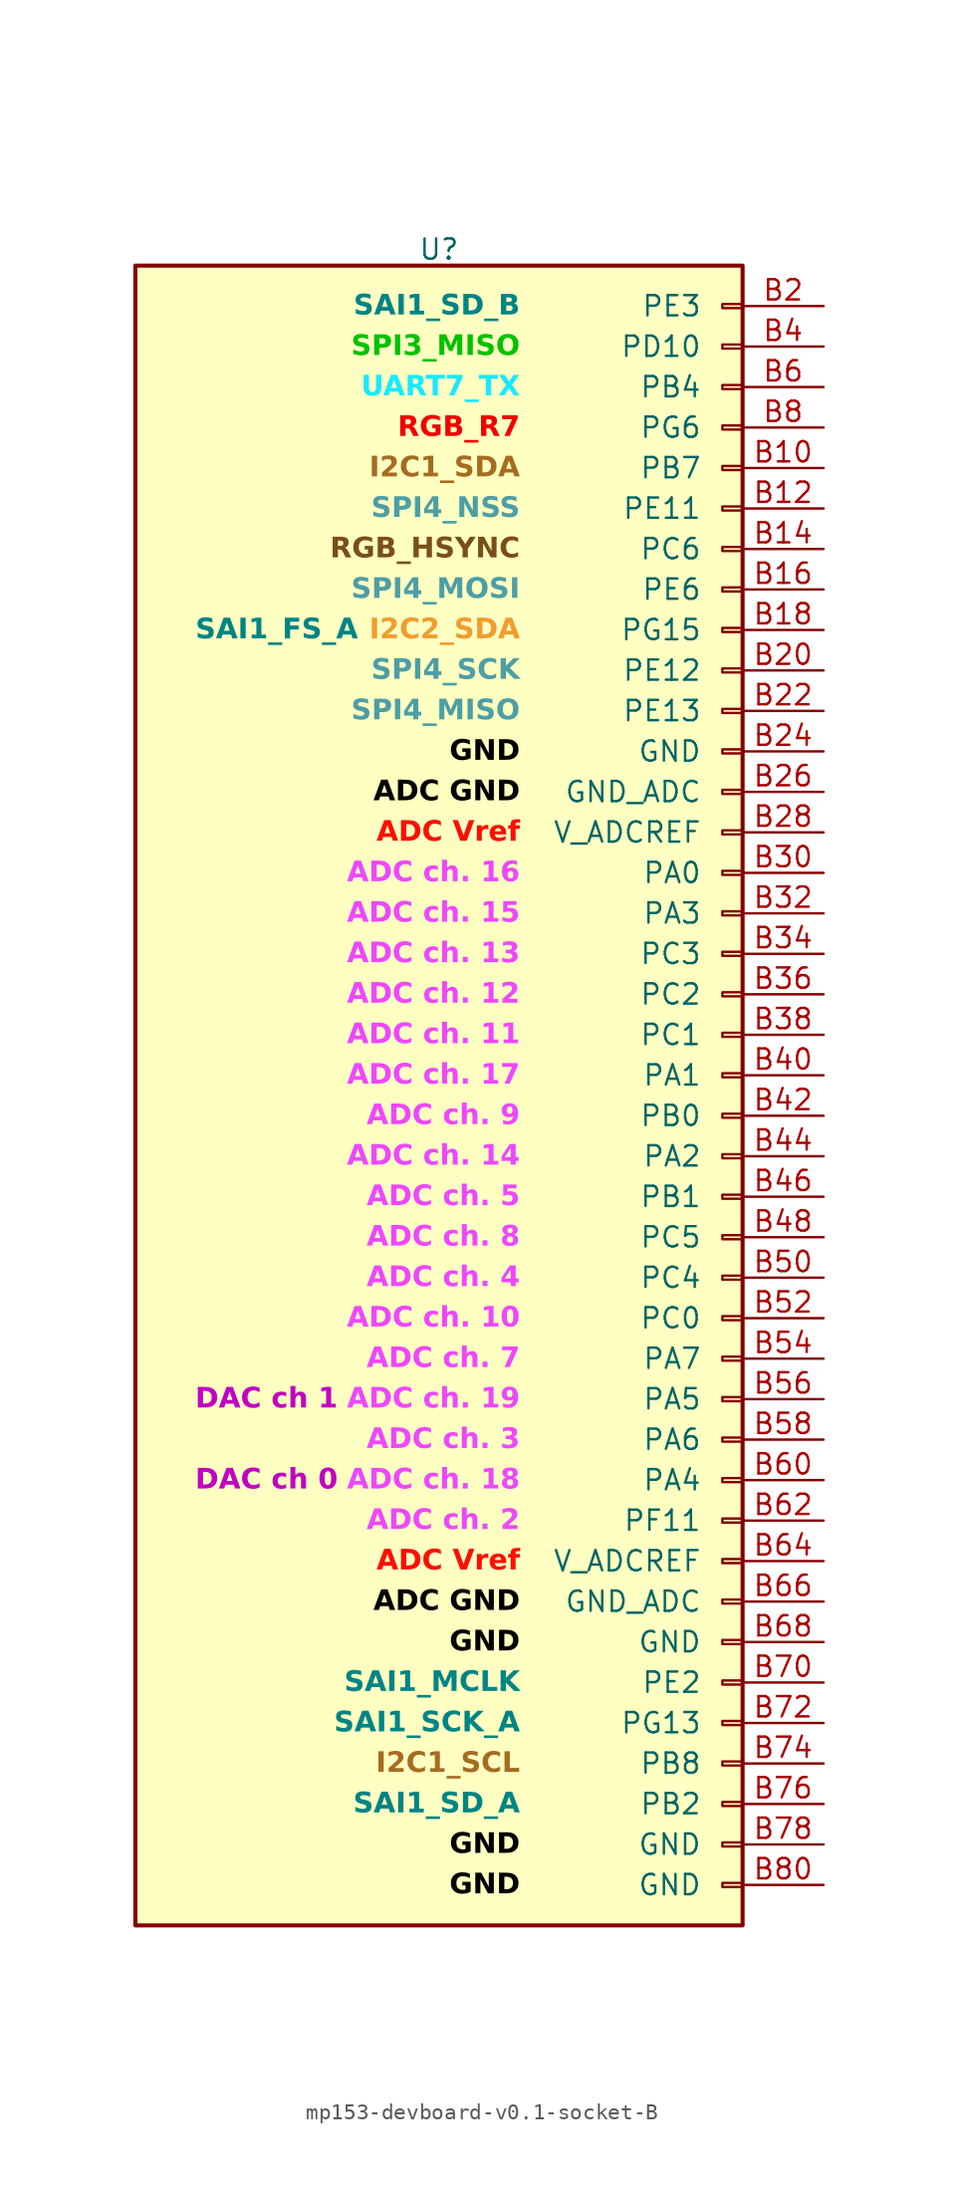
<source format=kicad_sym>
(kicad_symbol_lib
  (version 20241209)
  (generator "kicad_symbol_editor")
  (generator_version "9.0")
  (symbol "mp153-devboard-v0.1-socket-B"
    (pin_names
      (offset 2.54))
    (property "Reference" "U"
      (at 0 53.086 0)
      (effects (font (size 1.27 1.27))))
    (property "Value" ""
      (at 0 0 0)
      (effects (font (size 1.27 1.27))))
    (symbol "mp153-devboard-v0.1-socket-B_1_1"
      (rectangle (start -19.05 52.07) (end 19.05 -52.07) (stroke (width 0.254) (type default)) (fill (type background)))
      (rectangle (start 19.05 49.657) (end 17.78 49.403) (stroke (width 0.152) (type default)) (fill (type none)))
      (rectangle (start 19.05 47.117) (end 17.78 46.863) (stroke (width 0.152) (type default)) (fill (type none)))
      (rectangle (start 19.05 44.577) (end 17.78 44.323) (stroke (width 0.152) (type default)) (fill (type none)))
      (rectangle (start 19.05 42.037) (end 17.78 41.783) (stroke (width 0.152) (type default)) (fill (type none)))
      (rectangle (start 19.05 39.497) (end 17.78 39.243) (stroke (width 0.152) (type default)) (fill (type none)))
      (rectangle (start 19.05 36.957) (end 17.78 36.703) (stroke (width 0.152) (type default)) (fill (type none)))
      (rectangle (start 19.05 34.417) (end 17.78 34.163) (stroke (width 0.152) (type default)) (fill (type none)))
      (rectangle (start 19.05 31.877) (end 17.78 31.623) (stroke (width 0.152) (type default)) (fill (type none)))
      (rectangle (start 19.05 29.337) (end 17.78 29.083) (stroke (width 0.152) (type default)) (fill (type none)))
      (rectangle (start 19.05 26.797) (end 17.78 26.543) (stroke (width 0.152) (type default)) (fill (type none)))
      (rectangle (start 19.05 24.257) (end 17.78 24.003) (stroke (width 0.152) (type default)) (fill (type none)))
      (rectangle (start 19.05 21.717) (end 17.78 21.463) (stroke (width 0.152) (type default)) (fill (type none)))
      (rectangle (start 19.05 19.177) (end 17.78 18.923) (stroke (width 0.152) (type default)) (fill (type none)))
      (rectangle (start 19.05 16.637) (end 17.78 16.383) (stroke (width 0.152) (type default)) (fill (type none)))
      (rectangle (start 19.05 14.097) (end 17.78 13.843) (stroke (width 0.152) (type default)) (fill (type none)))
      (rectangle (start 19.05 11.557) (end 17.78 11.303) (stroke (width 0.152) (type default)) (fill (type none)))
      (rectangle (start 19.05 9.017) (end 17.78 8.763) (stroke (width 0.152) (type default)) (fill (type none)))
      (rectangle (start 19.05 6.477) (end 17.78 6.223) (stroke (width 0.152) (type default)) (fill (type none)))
      (rectangle (start 19.05 3.937) (end 17.78 3.683) (stroke (width 0.152) (type default)) (fill (type none)))
      (rectangle (start 19.05 1.397) (end 17.78 1.143) (stroke (width 0.152) (type default)) (fill (type none)))
      (rectangle (start 19.05 -1.143) (end 17.78 -1.397) (stroke (width 0.152) (type default)) (fill (type none)))
      (rectangle (start 19.05 -3.683) (end 17.78 -3.937) (stroke (width 0.152) (type default)) (fill (type none)))
      (rectangle (start 19.05 -6.223) (end 17.78 -6.477) (stroke (width 0.152) (type default)) (fill (type none)))
      (rectangle (start 19.05 -8.763) (end 17.78 -9.017) (stroke (width 0.152) (type default)) (fill (type none)))
      (rectangle (start 19.05 -11.303) (end 17.78 -11.557) (stroke (width 0.152) (type default)) (fill (type none)))
      (rectangle (start 19.05 -13.843) (end 17.78 -14.097) (stroke (width 0.152) (type default)) (fill (type none)))
      (rectangle (start 19.05 -16.383) (end 17.78 -16.637) (stroke (width 0.152) (type default)) (fill (type none)))
      (rectangle (start 19.05 -18.923) (end 17.78 -19.177) (stroke (width 0.152) (type default)) (fill (type none)))
      (rectangle (start 19.05 -21.463) (end 17.78 -21.717) (stroke (width 0.152) (type default)) (fill (type none)))
      (rectangle (start 19.05 -24.003) (end 17.78 -24.257) (stroke (width 0.152) (type default)) (fill (type none)))
      (rectangle (start 19.05 -26.543) (end 17.78 -26.797) (stroke (width 0.152) (type default)) (fill (type none)))
      (rectangle (start 19.05 -29.083) (end 17.78 -29.337) (stroke (width 0.152) (type default)) (fill (type none)))
      (rectangle (start 19.05 -31.623) (end 17.78 -31.877) (stroke (width 0.152) (type default)) (fill (type none)))
      (rectangle (start 19.05 -34.163) (end 17.78 -34.417) (stroke (width 0.152) (type default)) (fill (type none)))
      (rectangle (start 19.05 -36.703) (end 17.78 -36.957) (stroke (width 0.152) (type default)) (fill (type none)))
      (rectangle (start 19.05 -39.243) (end 17.78 -39.497) (stroke (width 0.152) (type default)) (fill (type none)))
      (rectangle (start 19.05 -41.783) (end 17.78 -42.037) (stroke (width 0.152) (type default)) (fill (type none)))
      (rectangle (start 19.05 -44.323) (end 17.78 -44.577) (stroke (width 0.152) (type default)) (fill (type none)))
      (rectangle (start 19.05 -46.863) (end 17.78 -47.117) (stroke (width 0.152) (type default)) (fill (type none)))
      (rectangle (start 19.05 -49.403) (end 17.78 -49.657) (stroke (width 0.152) (type default)) (fill (type none)))
      (text "DAC ch 1" (at -6.35 -19.05 0) (effects (font (face "Arial") (size 1.27 1.27) (bold yes) (color 194 0 194 1)) (justify right)))
      (text "DAC ch 0" (at -6.35 -24.13 0) (effects (font (face "Arial") (size 1.27 1.27) (bold yes) (color 194 0 194 1)) (justify right)))
      (text "SAI1_FS_A" (at -5.08 29.21 0) (effects (font (face "Arial") (size 1.27 1.27) (bold yes) (color 0 132 132 1)) (justify right)))
      (text "SAI1_SD_B" (at 5.08 49.53 0) (effects (font (face "Arial") (size 1.27 1.27) (bold yes) (color 0 132 132 1)) (justify right)))
      (text "SPI3_MISO" (at 5.08 46.99 0) (effects (font (face "Arial") (size 1.27 1.27) (bold yes) (color 0 194 0 1)) (justify right)))
      (text "UART7_TX" (at 5.08 44.45 0) (effects (font (face "Arial") (size 1.27 1.27) (bold yes) (color 23 234 255 1)) (justify right)))
      (text "RGB_R7" (at 5.08 41.91 0) (effects (font (face "Arial") (size 1.27 1.27) (bold yes) (color 240 1 0 1)) (justify right)))
      (text "I2C1_SDA" (at 5.08 39.37 0) (effects (font (face "Arial") (size 1.27 1.27) (bold yes) (color 165 108 32 1)) (justify right)))
      (text "SPI4_NSS\n" (at 5.08 36.83 0) (effects (font (face "Arial") (size 1.27 1.27) (bold yes) (color 77 158 165 1)) (justify right)))
      (text "RGB_HSYNC" (at 5.08 34.29 0) (effects (font (face "Arial") (size 1.27 1.27) (bold yes) (color 121 79 24 1)) (justify right)))
      (text "SPI4_MOSI" (at 5.08 31.75 0) (effects (font (face "Arial") (size 1.27 1.27) (bold yes) (color 77 158 165 1)) (justify right)))
      (text "I2C2_SDA" (at 5.08 29.21 0) (effects (font (face "Arial") (size 1.27 1.27) (bold yes) (color 239 157 47 1)) (justify right)))
      (text "SPI4_SCK" (at 5.08 26.67 0) (effects (font (face "Arial") (size 1.27 1.27) (bold yes) (color 77 158 165 1)) (justify right)))
      (text "SPI4_MISO" (at 5.08 24.13 0) (effects (font (face "Arial") (size 1.27 1.27) (bold yes) (color 77 158 165 1)) (justify right)))
      (text "GND" (at 5.08 21.59 0) (effects (font (face "Arial") (size 1.27 1.27) (bold yes) (color 0 0 0 1)) (justify right)))
      (text "ADC GND" (at 5.08 19.05 0) (effects (font (face "Arial") (size 1.27 1.27) (bold yes) (color 0 0 0 1)) (justify right)))
      (text "ADC Vref" (at 5.08 16.51 0) (effects (font (face "Arial") (size 1.27 1.27) (bold yes) (color 255 13 0 1)) (justify right)))
      (text "ADC ch. 16" (at 5.08 13.97 0) (effects (font (face "Arial") (size 1.27 1.27) (bold yes) (color 238 71 255 1)) (justify right)))
      (text "ADC ch. 15" (at 5.08 11.43 0) (effects (font (face "Arial") (size 1.27 1.27) (bold yes) (color 238 71 255 1)) (justify right)))
      (text "ADC ch. 13" (at 5.08 8.89 0) (effects (font (face "Arial") (size 1.27 1.27) (bold yes) (color 238 71 255 1)) (justify right)))
      (text "ADC ch. 12" (at 5.08 6.35 0) (effects (font (face "Arial") (size 1.27 1.27) (bold yes) (color 238 71 255 1)) (justify right)))
      (text "ADC ch. 11" (at 5.08 3.81 0) (effects (font (face "Arial") (size 1.27 1.27) (bold yes) (color 238 71 255 1)) (justify right)))
      (text "ADC ch. 17" (at 5.08 1.27 0) (effects (font (face "Arial") (size 1.27 1.27) (bold yes) (color 238 71 255 1)) (justify right)))
      (text "ADC ch. 9" (at 5.08 -1.27 0) (effects (font (face "Arial") (size 1.27 1.27) (bold yes) (color 238 71 255 1)) (justify right)))
      (text "ADC ch. 14" (at 5.08 -3.81 0) (effects (font (face "Arial") (size 1.27 1.27) (bold yes) (color 238 71 255 1)) (justify right)))
      (text "ADC ch. 5" (at 5.08 -6.35 0) (effects (font (face "Arial") (size 1.27 1.27) (bold yes) (color 238 71 255 1)) (justify right)))
      (text "ADC ch. 8" (at 5.08 -8.89 0) (effects (font (face "Arial") (size 1.27 1.27) (bold yes) (color 238 71 255 1)) (justify right)))
      (text "ADC ch. 4" (at 5.08 -11.43 0) (effects (font (face "Arial") (size 1.27 1.27) (bold yes) (color 238 71 255 1)) (justify right)))
      (text "ADC ch. 10" (at 5.08 -13.97 0) (effects (font (face "Arial") (size 1.27 1.27) (bold yes) (color 238 71 255 1)) (justify right)))
      (text "ADC ch. 7" (at 5.08 -16.51 0) (effects (font (face "Arial") (size 1.27 1.27) (bold yes) (color 238 71 255 1)) (justify right)))
      (text "ADC ch. 19" (at 5.08 -19.05 0) (effects (font (face "Arial") (size 1.27 1.27) (bold yes) (color 238 71 255 1)) (justify right)))
      (text "ADC ch. 3" (at 5.08 -21.59 0) (effects (font (face "Arial") (size 1.27 1.27) (bold yes) (color 238 71 255 1)) (justify right)))
      (text "ADC ch. 18" (at 5.08 -24.13 0) (effects (font (face "Arial") (size 1.27 1.27) (bold yes) (color 238 71 255 1)) (justify right)))
      (text "ADC ch. 2" (at 5.08 -26.67 0) (effects (font (face "Arial") (size 1.27 1.27) (bold yes) (color 238 71 255 1)) (justify right)))
      (text "ADC Vref" (at 5.08 -29.21 0) (effects (font (face "Arial") (size 1.27 1.27) (bold yes) (color 255 13 0 1)) (justify right)))
      (text "ADC GND" (at 5.08 -31.75 0) (effects (font (face "Arial") (size 1.27 1.27) (bold yes) (color 0 0 0 1)) (justify right)))
      (text "GND" (at 5.08 -34.29 0) (effects (font (face "Arial") (size 1.27 1.27) (bold yes) (color 0 0 0 1)) (justify right)))
      (text "SAI1_MCLK" (at 5.08 -36.83 0) (effects (font (face "Arial") (size 1.27 1.27) (bold yes) (color 0 132 132 1)) (justify right)))
      (text "SAI1_SCK_A" (at 5.08 -39.37 0) (effects (font (face "Arial") (size 1.27 1.27) (bold yes) (color 0 132 132 1)) (justify right)))
      (text "I2C1_SCL" (at 5.08 -41.91 0) (effects (font (face "Arial") (size 1.27 1.27) (bold yes) (color 165 108 32 1)) (justify right)))
      (text "SAI1_SD_A" (at 5.08 -44.45 0) (effects (font (face "Arial") (size 1.27 1.27) (bold yes) (color 0 132 132 1)) (justify right)))
      (text "GND" (at 5.08 -46.99 0) (effects (font (face "Arial") (size 1.27 1.27) (bold yes) (color 0 0 0 1)) (justify right)))
      (text "GND" (at 5.08 -49.53 0) (effects (font (face "Arial") (size 1.27 1.27) (bold yes) (color 0 0 0 1)) (justify right)))
      (pin passive line (at 24.13 49.53 180) (length 5.08) (name "PE3" (effects (font (size 1.27 1.27)))) (number "B2" (effects (font (size 1.27 1.27)))))
      (pin passive line (at 24.13 46.99 180) (length 5.08) (name "PD10" (effects (font (size 1.27 1.27)))) (number "B4" (effects (font (size 1.27 1.27)))))
      (pin passive line (at 24.13 44.45 180) (length 5.08) (name "PB4" (effects (font (size 1.27 1.27)))) (number "B6" (effects (font (size 1.27 1.27)))))
      (pin passive line (at 24.13 41.91 180) (length 5.08) (name "PG6" (effects (font (size 1.27 1.27)))) (number "B8" (effects (font (size 1.27 1.27)))))
      (pin passive line (at 24.13 39.37 180) (length 5.08) (name "PB7" (effects (font (size 1.27 1.27)))) (number "B10" (effects (font (size 1.27 1.27)))))
      (pin passive line (at 24.13 36.83 180) (length 5.08) (name "PE11" (effects (font (size 1.27 1.27)))) (number "B12" (effects (font (size 1.27 1.27)))))
      (pin passive line (at 24.13 34.29 180) (length 5.08) (name "PC6" (effects (font (size 1.27 1.27)))) (number "B14" (effects (font (size 1.27 1.27)))))
      (pin passive line (at 24.13 31.75 180) (length 5.08) (name "PE6" (effects (font (size 1.27 1.27)))) (number "B16" (effects (font (size 1.27 1.27)))))
      (pin passive line (at 24.13 29.21 180) (length 5.08) (name "PG15" (effects (font (size 1.27 1.27)))) (number "B18" (effects (font (size 1.27 1.27)))))
      (pin passive line (at 24.13 26.67 180) (length 5.08) (name "PE12" (effects (font (size 1.27 1.27)))) (number "B20" (effects (font (size 1.27 1.27)))))
      (pin passive line (at 24.13 24.13 180) (length 5.08) (name "PE13" (effects (font (size 1.27 1.27)))) (number "B22" (effects (font (size 1.27 1.27)))))
      (pin passive line (at 24.13 21.59 180) (length 5.08) (name "GND" (effects (font (size 1.27 1.27)))) (number "B24" (effects (font (size 1.27 1.27)))))
      (pin passive line (at 24.13 19.05 180) (length 5.08) (name "GND_ADC" (effects (font (size 1.27 1.27)))) (number "B26" (effects (font (size 1.27 1.27)))))
      (pin passive line (at 24.13 16.51 180) (length 5.08) (name "V_ADCREF" (effects (font (size 1.27 1.27)))) (number "B28" (effects (font (size 1.27 1.27)))))
      (pin passive line (at 24.13 13.97 180) (length 5.08) (name "PA0" (effects (font (size 1.27 1.27)))) (number "B30" (effects (font (size 1.27 1.27)))))
      (pin passive line (at 24.13 11.43 180) (length 5.08) (name "PA3" (effects (font (size 1.27 1.27)))) (number "B32" (effects (font (size 1.27 1.27)))))
      (pin passive line (at 24.13 8.89 180) (length 5.08) (name "PC3" (effects (font (size 1.27 1.27)))) (number "B34" (effects (font (size 1.27 1.27)))))
      (pin passive line (at 24.13 6.35 180) (length 5.08) (name "PC2" (effects (font (size 1.27 1.27)))) (number "B36" (effects (font (size 1.27 1.27)))))
      (pin passive line (at 24.13 3.81 180) (length 5.08) (name "PC1" (effects (font (size 1.27 1.27)))) (number "B38" (effects (font (size 1.27 1.27)))))
      (pin passive line (at 24.13 1.27 180) (length 5.08) (name "PA1" (effects (font (size 1.27 1.27)))) (number "B40" (effects (font (size 1.27 1.27)))))
      (pin passive line (at 24.13 -1.27 180) (length 5.08) (name "PB0" (effects (font (size 1.27 1.27)))) (number "B42" (effects (font (size 1.27 1.27)))))
      (pin passive line (at 24.13 -3.81 180) (length 5.08) (name "PA2" (effects (font (size 1.27 1.27)))) (number "B44" (effects (font (size 1.27 1.27)))))
      (pin passive line (at 24.13 -6.35 180) (length 5.08) (name "PB1" (effects (font (size 1.27 1.27)))) (number "B46" (effects (font (size 1.27 1.27)))))
      (pin passive line (at 24.13 -8.89 180) (length 5.08) (name "PC5" (effects (font (size 1.27 1.27)))) (number "B48" (effects (font (size 1.27 1.27)))))
      (pin passive line (at 24.13 -11.43 180) (length 5.08) (name "PC4" (effects (font (size 1.27 1.27)))) (number "B50" (effects (font (size 1.27 1.27)))))
      (pin passive line (at 24.13 -13.97 180) (length 5.08) (name "PC0" (effects (font (size 1.27 1.27)))) (number "B52" (effects (font (size 1.27 1.27)))))
      (pin passive line (at 24.13 -16.51 180) (length 5.08) (name "PA7" (effects (font (size 1.27 1.27)))) (number "B54" (effects (font (size 1.27 1.27)))))
      (pin passive line (at 24.13 -19.05 180) (length 5.08) (name "PA5" (effects (font (size 1.27 1.27)))) (number "B56" (effects (font (size 1.27 1.27)))))
      (pin passive line (at 24.13 -21.59 180) (length 5.08) (name "PA6" (effects (font (size 1.27 1.27)))) (number "B58" (effects (font (size 1.27 1.27)))))
      (pin passive line (at 24.13 -24.13 180) (length 5.08) (name "PA4" (effects (font (size 1.27 1.27)))) (number "B60" (effects (font (size 1.27 1.27)))))
      (pin passive line (at 24.13 -26.67 180) (length 5.08) (name "PF11" (effects (font (size 1.27 1.27)))) (number "B62" (effects (font (size 1.27 1.27)))))
      (pin passive line (at 24.13 -29.21 180) (length 5.08) (name "V_ADCREF" (effects (font (size 1.27 1.27)))) (number "B64" (effects (font (size 1.27 1.27)))))
      (pin passive line (at 24.13 -31.75 180) (length 5.08) (name "GND_ADC" (effects (font (size 1.27 1.27)))) (number "B66" (effects (font (size 1.27 1.27)))))
      (pin passive line (at 24.13 -34.29 180) (length 5.08) (name "GND" (effects (font (size 1.27 1.27)))) (number "B68" (effects (font (size 1.27 1.27)))))
      (pin passive line (at 24.13 -36.83 180) (length 5.08) (name "PE2" (effects (font (size 1.27 1.27)))) (number "B70" (effects (font (size 1.27 1.27)))))
      (pin passive line (at 24.13 -39.37 180) (length 5.08) (name "PG13" (effects (font (size 1.27 1.27)))) (number "B72" (effects (font (size 1.27 1.27)))))
      (pin passive line (at 24.13 -41.91 180) (length 5.08) (name "PB8" (effects (font (size 1.27 1.27)))) (number "B74" (effects (font (size 1.27 1.27)))))
      (pin passive line (at 24.13 -44.45 180) (length 5.08) (name "PB2" (effects (font (size 1.27 1.27)))) (number "B76" (effects (font (size 1.27 1.27)))))
      (pin passive line (at 24.13 -46.99 180) (length 5.08) (name "GND" (effects (font (size 1.27 1.27)))) (number "B78" (effects (font (size 1.27 1.27)))))
      (pin passive line (at 24.13 -49.53 180) (length 5.08) (name "GND" (effects (font (size 1.27 1.27)))) (number "B80" (effects (font (size 1.27 1.27))))))))
</source>
